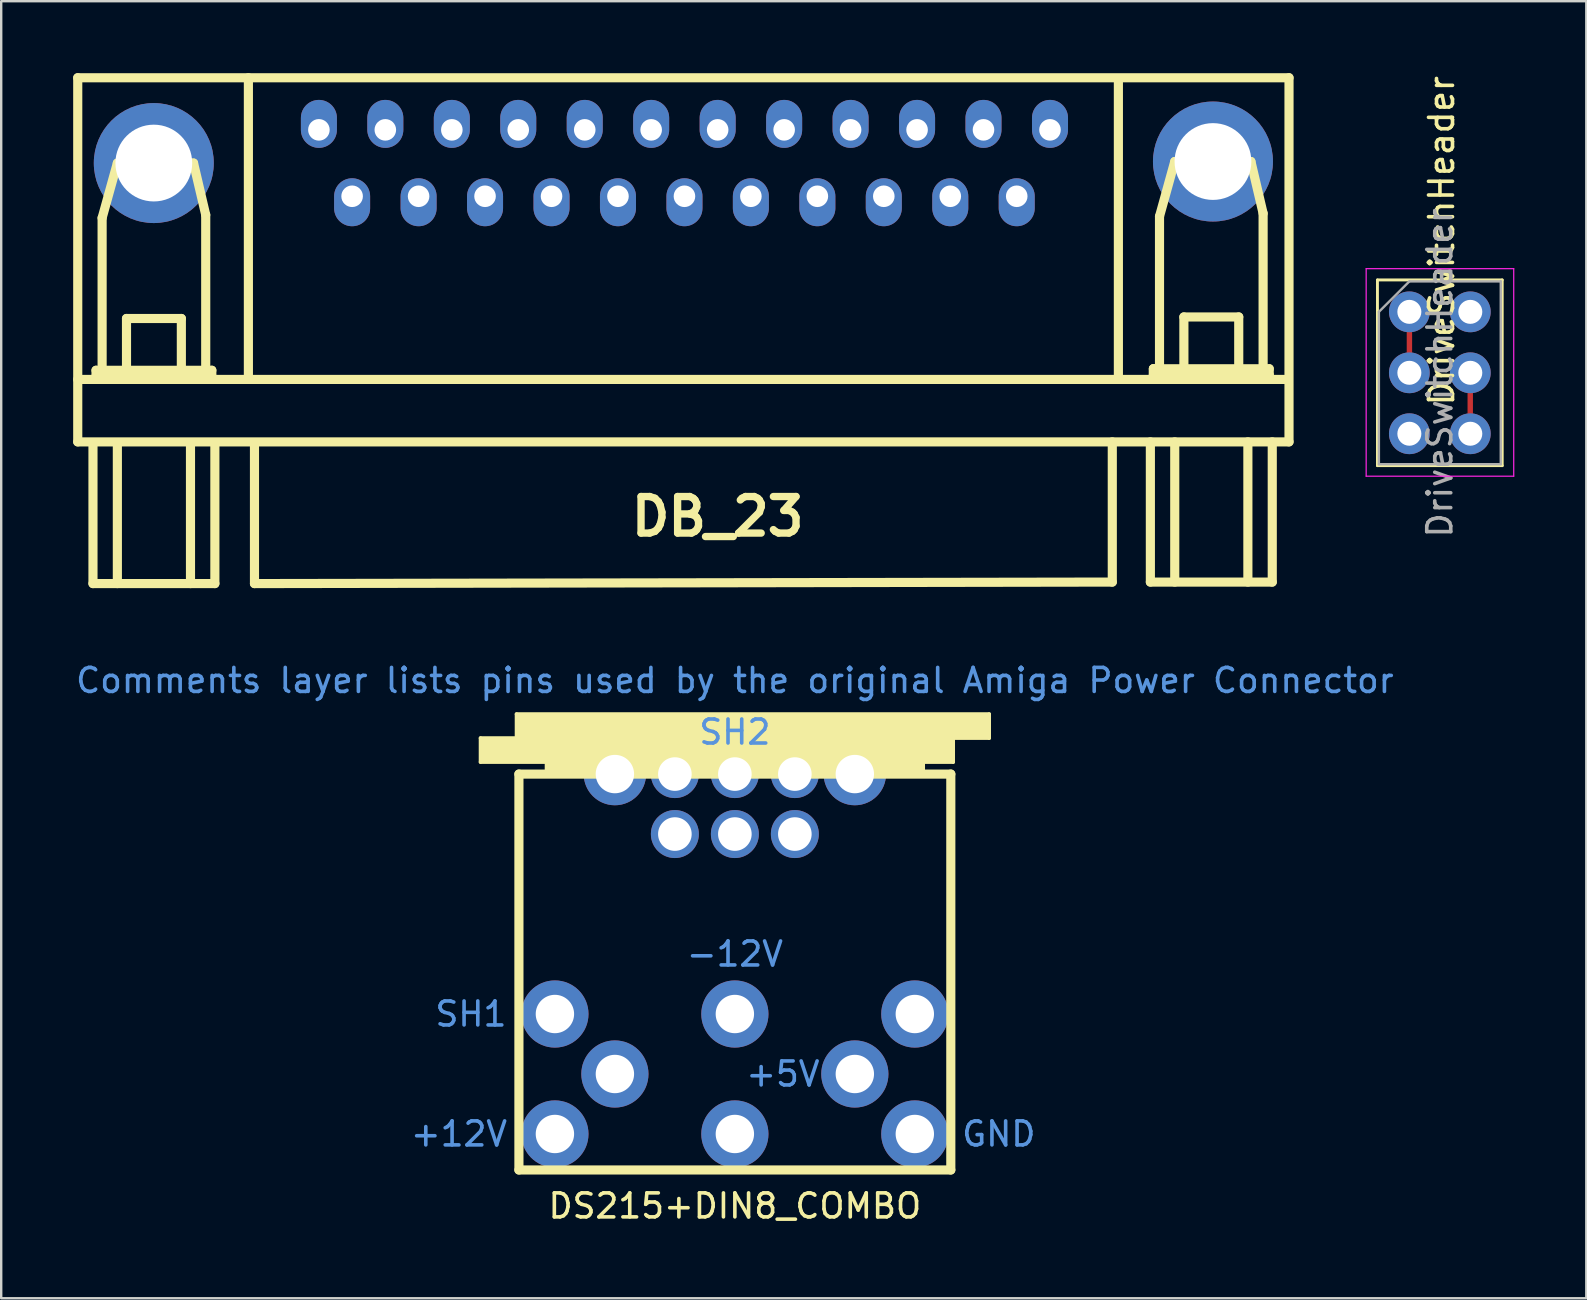
<source format=kicad_pcb>
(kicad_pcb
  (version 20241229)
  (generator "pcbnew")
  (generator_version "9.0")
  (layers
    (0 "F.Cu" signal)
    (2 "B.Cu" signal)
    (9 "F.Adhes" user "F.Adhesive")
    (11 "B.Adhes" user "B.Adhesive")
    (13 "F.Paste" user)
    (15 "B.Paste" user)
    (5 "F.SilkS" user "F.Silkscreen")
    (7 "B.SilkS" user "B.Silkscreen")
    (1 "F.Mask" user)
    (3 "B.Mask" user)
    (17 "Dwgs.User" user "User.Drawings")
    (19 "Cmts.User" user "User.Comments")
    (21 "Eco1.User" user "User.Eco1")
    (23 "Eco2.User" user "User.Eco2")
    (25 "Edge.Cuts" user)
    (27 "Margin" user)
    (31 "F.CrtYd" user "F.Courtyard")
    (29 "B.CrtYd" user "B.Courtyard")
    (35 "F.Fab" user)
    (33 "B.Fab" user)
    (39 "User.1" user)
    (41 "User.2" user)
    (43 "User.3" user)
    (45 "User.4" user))
  (footprint "DB_23"
    (layer "F.Cu")
    (at 26.86 10.858)
    (property "Reference" "DB_23" (at 0 7.62 0) (layer "F.SilkS") (effects (font (size 1.524 1.524) (thickness 0.305))))
    (attr through_hole)
    (fp_line (start -26.67 -10.668) (end -26.67 4.508) (stroke (width 0.381) (type solid)) (layer "F.SilkS"))
    (fp_line (start -26.67 1.905) (end 23.749 1.905) (stroke (width 0.381) (type solid)) (layer "F.SilkS"))
    (fp_line (start -26.035 4.572) (end -26.035 10.414) (stroke (width 0.381) (type solid)) (layer "F.SilkS"))
    (fp_line (start -26.035 10.414) (end -20.955 10.414) (stroke (width 0.381) (type solid)) (layer "F.SilkS"))
    (fp_line (start -25.908 1.524) (end -25.908 1.778) (stroke (width 0.381) (type solid)) (layer "F.SilkS"))
    (fp_line (start -25.908 1.778) (end -21.082 1.778) (stroke (width 0.381) (type solid)) (layer "F.SilkS"))
    (fp_line (start -25.654 -4.826) (end -25.019 -7.112) (stroke (width 0.381) (type solid)) (layer "F.SilkS"))
    (fp_line (start -25.654 1.524) (end -25.654 -4.826) (stroke (width 0.381) (type solid)) (layer "F.SilkS"))
    (fp_line (start -25.019 -7.112) (end -21.844 -7.112) (stroke (width 0.381) (type solid)) (layer "F.SilkS"))
    (fp_line (start -25.019 4.572) (end -25.019 10.414) (stroke (width 0.381) (type solid)) (layer "F.SilkS"))
    (fp_line (start -24.638 -0.635) (end -22.352 -0.635) (stroke (width 0.381) (type solid)) (layer "F.SilkS"))
    (fp_line (start -24.638 1.905) (end -24.638 -0.635) (stroke (width 0.381) (type solid)) (layer "F.SilkS"))
    (fp_line (start -22.352 -0.635) (end -22.352 1.905) (stroke (width 0.381) (type solid)) (layer "F.SilkS"))
    (fp_line (start -21.971 4.572) (end -21.971 10.414) (stroke (width 0.381) (type solid)) (layer "F.SilkS"))
    (fp_line (start -21.844 -7.112) (end -21.336 -4.953) (stroke (width 0.381) (type solid)) (layer "F.SilkS"))
    (fp_line (start -21.336 -4.953) (end -21.336 1.524) (stroke (width 0.381) (type solid)) (layer "F.SilkS"))
    (fp_line (start -21.082 1.524) (end -25.908 1.524) (stroke (width 0.381) (type solid)) (layer "F.SilkS"))
    (fp_line (start -21.082 1.778) (end -21.082 1.524) (stroke (width 0.381) (type solid)) (layer "F.SilkS"))
    (fp_line (start -20.955 4.572) (end -20.955 10.414) (stroke (width 0.381) (type solid)) (layer "F.SilkS"))
    (fp_line (start -19.558 1.905) (end -19.558 -10.668) (stroke (width 0.381) (type solid)) (layer "F.SilkS"))
    (fp_line (start -19.304 4.572) (end -19.304 10.414) (stroke (width 0.381) (type solid)) (layer "F.SilkS"))
    (fp_line (start 16.447 10.351) (end -19.304 10.414) (stroke (width 0.381) (type solid)) (layer "F.SilkS"))
    (fp_line (start 16.447 10.351) (end 16.447 4.508) (stroke (width 0.381) (type solid)) (layer "F.SilkS"))
    (fp_line (start 16.701 1.841) (end 16.701 -10.477) (stroke (width 0.381) (type solid)) (layer "F.SilkS"))
    (fp_line (start 18.034 4.508) (end 18.034 10.351) (stroke (width 0.381) (type solid)) (layer "F.SilkS"))
    (fp_line (start 18.034 10.351) (end 23.114 10.351) (stroke (width 0.381) (type solid)) (layer "F.SilkS"))
    (fp_line (start 18.161 1.46) (end 18.161 1.714) (stroke (width 0.381) (type solid)) (layer "F.SilkS"))
    (fp_line (start 18.161 1.46) (end 18.161 1.714) (stroke (width 0.381) (type solid)) (layer "F.SilkS"))
    (fp_line (start 18.161 1.714) (end 22.987 1.714) (stroke (width 0.381) (type solid)) (layer "F.SilkS"))
    (fp_line (start 18.415 -4.889) (end 19.05 -7.176) (stroke (width 0.381) (type solid)) (layer "F.SilkS"))
    (fp_line (start 18.415 1.46) (end 18.415 -4.889) (stroke (width 0.381) (type solid)) (layer "F.SilkS"))
    (fp_line (start 19.05 -7.176) (end 22.225 -7.176) (stroke (width 0.381) (type solid)) (layer "F.SilkS"))
    (fp_line (start 19.05 4.508) (end 19.05 10.351) (stroke (width 0.381) (type solid)) (layer "F.SilkS"))
    (fp_line (start 19.431 -0.699) (end 21.717 -0.699) (stroke (width 0.381) (type solid)) (layer "F.SilkS"))
    (fp_line (start 19.431 1.841) (end 19.431 -0.699) (stroke (width 0.381) (type solid)) (layer "F.SilkS"))
    (fp_line (start 21.717 -0.699) (end 21.717 1.841) (stroke (width 0.381) (type solid)) (layer "F.SilkS"))
    (fp_line (start 22.098 4.508) (end 22.098 10.351) (stroke (width 0.381) (type solid)) (layer "F.SilkS"))
    (fp_line (start 22.225 -7.176) (end 22.733 -5.016) (stroke (width 0.381) (type solid)) (layer "F.SilkS"))
    (fp_line (start 22.733 -5.016) (end 22.733 1.46) (stroke (width 0.381) (type solid)) (layer "F.SilkS"))
    (fp_line (start 22.987 1.46) (end 18.161 1.46) (stroke (width 0.381) (type solid)) (layer "F.SilkS"))
    (fp_line (start 22.987 1.714) (end 22.987 1.46) (stroke (width 0.381) (type solid)) (layer "F.SilkS"))
    (fp_line (start 23.114 4.508) (end 23.114 10.351) (stroke (width 0.381) (type solid)) (layer "F.SilkS"))
    (fp_line (start 23.812 -10.668) (end -26.67 -10.668) (stroke (width 0.381) (type solid)) (layer "F.SilkS"))
    (fp_line (start 23.812 -10.668) (end 23.812 4.508) (stroke (width 0.381) (type solid)) (layer "F.SilkS"))
    (fp_line (start 23.812 4.508) (end -26.67 4.508) (stroke (width 0.381) (type solid)) (layer "F.SilkS"))
    (pad "" thru_hole circle (at -23.5 -7.112) (size 5.001 5.001) (drill 3.2) (layers "*.Cu" "*.Mask"))
    (pad "" thru_hole circle (at 20.643 -7.176) (size 5.001 5.001) (drill 3.2) (layers "*.Cu" "*.Mask"))
    (pad "1" thru_hole oval (at -16.619 -8.496) (size 1.501 1.999) (drill 0.899 (offset 0 -0.249)) (layers "*.Cu" "*.Mask"))
    (pad "2" thru_hole oval (at -13.851 -8.496) (size 1.501 1.999) (drill 0.899 (offset 0 -0.249)) (layers "*.Cu" "*.Mask"))
    (pad "3" thru_hole oval (at -11.079 -8.496) (size 1.501 1.999) (drill 0.899 (offset 0 -0.249)) (layers "*.Cu" "*.Mask"))
    (pad "4" thru_hole oval (at -8.311 -8.496) (size 1.501 1.999) (drill 0.899 (offset 0 -0.249)) (layers "*.Cu" "*.Mask"))
    (pad "5" thru_hole oval (at -5.54 -8.496) (size 1.501 1.999) (drill 0.899 (offset 0 -0.249)) (layers "*.Cu" "*.Mask"))
    (pad "6" thru_hole oval (at -2.771 -8.496) (size 1.501 1.999) (drill 0.899 (offset 0 -0.249)) (layers "*.Cu" "*.Mask"))
    (pad "7" thru_hole oval (at 0 -8.496) (size 1.501 1.999) (drill 0.899 (offset 0 -0.249)) (layers "*.Cu" "*.Mask"))
    (pad "8" thru_hole oval (at 2.771 -8.496) (size 1.501 1.999) (drill 0.899 (offset 0 -0.249)) (layers "*.Cu" "*.Mask"))
    (pad "9" thru_hole oval (at 5.54 -8.496) (size 1.501 1.999) (drill 0.899 (offset 0 -0.249)) (layers "*.Cu" "*.Mask"))
    (pad "10" thru_hole oval (at 8.311 -8.496) (size 1.501 1.999) (drill 0.899 (offset 0 -0.249)) (layers "*.Cu" "*.Mask"))
    (pad "11" thru_hole oval (at 11.079 -8.496) (size 1.501 1.999) (drill 0.899 (offset 0 -0.249)) (layers "*.Cu" "*.Mask"))
    (pad "12" thru_hole oval (at 13.851 -8.496) (size 1.501 1.999) (drill 0.899 (offset 0 -0.249)) (layers "*.Cu" "*.Mask"))
    (pad "13" thru_hole oval (at -15.235 -5.728) (size 1.501 1.999) (drill 0.899 (offset 0 0.249)) (layers "*.Cu" "*.Mask"))
    (pad "14" thru_hole oval (at -12.464 -5.728) (size 1.501 1.999) (drill 0.899 (offset 0 0.249)) (layers "*.Cu" "*.Mask"))
    (pad "15" thru_hole oval (at -9.695 -5.728) (size 1.501 1.999) (drill 0.899 (offset 0 0.249)) (layers "*.Cu" "*.Mask"))
    (pad "16" thru_hole oval (at -6.924 -5.728) (size 1.501 1.999) (drill 0.899 (offset 0 0.249)) (layers "*.Cu" "*.Mask"))
    (pad "17" thru_hole oval (at -4.155 -5.728) (size 1.501 1.999) (drill 0.899 (offset 0 0.249)) (layers "*.Cu" "*.Mask"))
    (pad "18" thru_hole oval (at -1.384 -5.728) (size 1.501 1.999) (drill 0.899 (offset 0 0.249)) (layers "*.Cu" "*.Mask"))
    (pad "19" thru_hole oval (at 1.384 -5.728) (size 1.501 1.999) (drill 0.899 (offset 0 0.249)) (layers "*.Cu" "*.Mask"))
    (pad "20" thru_hole oval (at 4.155 -5.728) (size 1.501 1.999) (drill 0.899 (offset 0 0.249)) (layers "*.Cu" "*.Mask"))
    (pad "21" thru_hole oval (at 6.924 -5.728) (size 1.501 1.999) (drill 0.899 (offset 0 0.249)) (layers "*.Cu" "*.Mask"))
    (pad "22" thru_hole oval (at 9.695 -5.728) (size 1.501 1.999) (drill 0.899 (offset 0 0.249)) (layers "*.Cu" "*.Mask"))
    (pad "23" thru_hole oval (at 12.464 -5.728) (size 1.501 1.999) (drill 0.899 (offset 0 0.249)) (layers "*.Cu" "*.Mask")))
  (footprint "DriveSwitchHeader"
    (layer "F.Cu")
    (at 55.688 9.947)
    (property "Reference" "DriveSwitchHeader" (at 1.343 -2.965 90) (layer "F.SilkS") (effects (font (size 1 1) (thickness 0.15))))
    (attr through_hole)
    (fp_poly (pts (xy 0.04 2.2) (xy -0.035 2.2) (xy -0.035 0.35) (xy 0.04 0.35)) (stroke (width 0.15) (type solid)) (fill yes) (layer "F.Cu"))
    (fp_poly (pts (xy 2.575 4.75) (xy 2.5 4.75) (xy 2.5 2.9) (xy 2.575 2.9)) (stroke (width 0.15) (type solid)) (fill yes) (layer "F.Cu"))
    (fp_line (start -1.33 -1.33) (end -1.33 6.41) (stroke (width 0.12) (type solid)) (layer "F.SilkS"))
    (fp_line (start -1.33 -1.33) (end 3.87 -1.33) (stroke (width 0.12) (type solid)) (layer "F.SilkS"))
    (fp_line (start -1.33 6.41) (end 3.87 6.41) (stroke (width 0.12) (type solid)) (layer "F.SilkS"))
    (fp_line (start 3.87 -1.33) (end 3.87 6.41) (stroke (width 0.12) (type solid)) (layer "F.SilkS"))
    (fp_line (start -1.8 -1.8) (end -1.8 6.85) (stroke (width 0.05) (type solid)) (layer "F.CrtYd"))
    (fp_line (start -1.8 6.85) (end 4.35 6.85) (stroke (width 0.05) (type solid)) (layer "F.CrtYd"))
    (fp_line (start 4.35 -1.8) (end -1.8 -1.8) (stroke (width 0.05) (type solid)) (layer "F.CrtYd"))
    (fp_line (start 4.35 6.85) (end 4.35 -1.8) (stroke (width 0.05) (type solid)) (layer "F.CrtYd"))
    (fp_line (start -1.27 0) (end 0 -1.27) (stroke (width 0.1) (type solid)) (layer "F.Fab"))
    (fp_line (start -1.27 6.35) (end -1.27 0) (stroke (width 0.1) (type solid)) (layer "F.Fab"))
    (fp_line (start 0 -1.27) (end 3.81 -1.27) (stroke (width 0.1) (type solid)) (layer "F.Fab"))
    (fp_line (start 3.81 -1.27) (end 3.81 6.35) (stroke (width 0.1) (type solid)) (layer "F.Fab"))
    (fp_line (start 3.81 6.35) (end -1.27 6.35) (stroke (width 0.1) (type solid)) (layer "F.Fab"))
    (fp_text user "${REFERENCE}" (at 1.27 2.54 270) (layer "F.Fab") (effects (font (size 1 1) (thickness 0.15))))
    (pad "1" thru_hole circle (at 0 0) (size 1.7 1.7) (drill 1) (layers "*.Cu" "*.Mask"))
    (pad "2" thru_hole oval (at 2.54 0) (size 1.7 1.7) (drill 1) (layers "*.Cu" "*.Mask"))
    (pad "3" thru_hole oval (at 0 2.54) (size 1.7 1.7) (drill 1) (layers "*.Cu" "*.Mask"))
    (pad "4" thru_hole oval (at 2.54 2.54) (size 1.7 1.7) (drill 1) (layers "*.Cu" "*.Mask"))
    (pad "5" thru_hole oval (at 0 5.08) (size 1.7 1.7) (drill 1) (layers "*.Cu" "*.Mask"))
    (pad "6" thru_hole oval (at 2.54 5.08) (size 1.7 1.7) (drill 1) (layers "*.Cu" "*.Mask")))
  (footprint "DS215+DIN8_COMBO"
    (layer "F.Cu")
    (at 27.577 36.211)
    (property "Reference" "DS215+DIN8_COMBO" (at 0 11 0) (layer "F.SilkS") (effects (font (size 1 1) (thickness 0.15))))
    (attr through_hole)
    (fp_line (start -10.6 -8.5) (end -10.6 -7.5) (stroke (width 0.15) (type solid)) (layer "F.SilkS"))
    (fp_line (start -10.6 -8.5) (end -9.1 -8.5) (stroke (width 0.15) (type solid)) (layer "F.SilkS"))
    (fp_line (start -10.6 -7.5) (end -7.85 -7.5) (stroke (width 0.15) (type solid)) (layer "F.SilkS"))
    (fp_line (start -9.1 -9.5) (end -9.1 -8.5) (stroke (width 0.15) (type solid)) (layer "F.SilkS"))
    (fp_line (start -9 -7) (end -9 9.5) (stroke (width 0.381) (type solid)) (layer "F.SilkS"))
    (fp_line (start -9 9.5) (end 9 9.5) (stroke (width 0.381) (type solid)) (layer "F.SilkS"))
    (fp_line (start -7.85 -7.5) (end -7.85 -7) (stroke (width 0.15) (type solid)) (layer "F.SilkS"))
    (fp_line (start 7.85 -7.5) (end 7.85 -7) (stroke (width 0.15) (type solid)) (layer "F.SilkS"))
    (fp_line (start 7.85 -7.5) (end 9.1 -7.5) (stroke (width 0.15) (type solid)) (layer "F.SilkS"))
    (fp_line (start 9 -7) (end -9 -7) (stroke (width 0.381) (type solid)) (layer "F.SilkS"))
    (fp_line (start 9 9.5) (end 9 -7) (stroke (width 0.381) (type solid)) (layer "F.SilkS"))
    (fp_line (start 9.1 -7.5) (end 9.1 -8.5) (stroke (width 0.15) (type solid)) (layer "F.SilkS"))
    (fp_line (start 10.6 -9.5) (end -9.1 -9.5) (stroke (width 0.15) (type solid)) (layer "F.SilkS"))
    (fp_line (start 10.6 -8.5) (end 9.1 -8.5) (stroke (width 0.15) (type solid)) (layer "F.SilkS"))
    (fp_line (start 10.6 -8.5) (end 10.6 -9.5) (stroke (width 0.15) (type solid)) (layer "F.SilkS"))
    (fp_poly (pts (xy 10.6 -8.5) (xy 9.1 -8.5) (xy 9.1 -7.5) (xy 7.85 -7.5) (xy 7.85 -7) (xy -7.85 -7) (xy -7.85 -7.5) (xy -10.6 -7.5) (xy -10.6 -8.5) (xy -9.1 -8.5) (xy -9.1 -9.5) (xy 10.6 -9.5)) (stroke (width 0.1) (type solid)) (fill yes) (layer "F.SilkS"))
    (fp_text user "GND" (at 11 8 0) (layer "Cmts.User") (effects (font (size 1 1) (thickness 0.15))))
    (fp_text user "-12V" (at 0 0.5 0) (layer "Cmts.User") (effects (font (size 1 1) (thickness 0.15))))
    (fp_text user "+5V" (at 2 5.5 0) (layer "Cmts.User") (effects (font (size 1 1) (thickness 0.15))))
    (fp_text user "+12V" (at -11.5 8 0) (layer "Cmts.User") (effects (font (size 1 1) (thickness 0.15))))
    (fp_text user "SH2" (at 0 -8.75 0) (layer "Cmts.User") (effects (font (size 1 1) (thickness 0.15))))
    (fp_text user "Comments layer lists pins used by the original Amiga Power Connector" (at 0 -10.9 0) (layer "Cmts.User") (effects (font (size 1 1) (thickness 0.15))))
    (fp_text user "SH1" (at -11 3 0) (layer "Cmts.User") (effects (font (size 1 1) (thickness 0.15))))
    (pad "1" thru_hole circle (at 5 5.5) (size 2.8 2.8) (drill 1.6) (layers "*.Cu" "*.Mask"))
    (pad "1" thru_hole circle (at 7.5 3) (size 2.8 2.8) (drill 1.6) (layers "*.Cu" "*.Mask"))
    (pad "2" thru_hole circle (at -7.5 3) (size 2.8 2.8) (drill 1.6) (layers "*.Cu" "*.Mask"))
    (pad "3" thru_hole circle (at -7.5 8) (size 2.8 2.8) (drill 1.6) (layers "*.Cu" "*.Mask"))
    (pad "3" thru_hole circle (at -5 5.5) (size 2.8 2.8) (drill 1.6) (layers "*.Cu" "*.Mask"))
    (pad "4" thru_hole circle (at 0 8) (size 2.8 2.8) (drill 1.6) (layers "*.Cu" "*.Mask"))
    (pad "4" thru_hole circle (at 7.5 8) (size 2.8 2.8) (drill 1.6) (layers "*.Cu" "*.Mask"))
    (pad "5" thru_hole circle (at 0 3) (size 2.8 2.8) (drill 1.6) (layers "*.Cu" "*.Mask"))
    (pad "6" thru_hole circle (at -5 -7) (size 2.6 2.6) (drill 1.6) (layers "*.Cu" "*.Mask"))
    (pad "6" thru_hole circle (at -2.5 -7) (size 2 2) (drill 1.4) (layers "*.Cu" "*.Mask"))
    (pad "6" thru_hole circle (at -2.5 -4.5) (size 2 2) (drill 1.4) (layers "*.Cu" "*.Mask"))
    (pad "6" thru_hole circle (at 0 -7) (size 2 2) (drill 1.4) (layers "*.Cu" "*.Mask"))
    (pad "6" thru_hole circle (at 0 -4.5) (size 2 2) (drill 1.4) (layers "*.Cu" "*.Mask"))
    (pad "6" thru_hole circle (at 2.5 -7) (size 2 2) (drill 1.4) (layers "*.Cu" "*.Mask"))
    (pad "6" thru_hole circle (at 2.5 -4.5) (size 2 2) (drill 1.4) (layers "*.Cu" "*.Mask"))
    (pad "6" thru_hole circle (at 5 -7) (size 2.6 2.6) (drill 1.6) (layers "*.Cu" "*.Mask")))
  (gr_rect
    (start -3 -3)
    (end 63.063 51.059)
    (stroke (width 0.1) (type default))
    (fill no)
    (layer "Edge.Cuts")))
</source>
